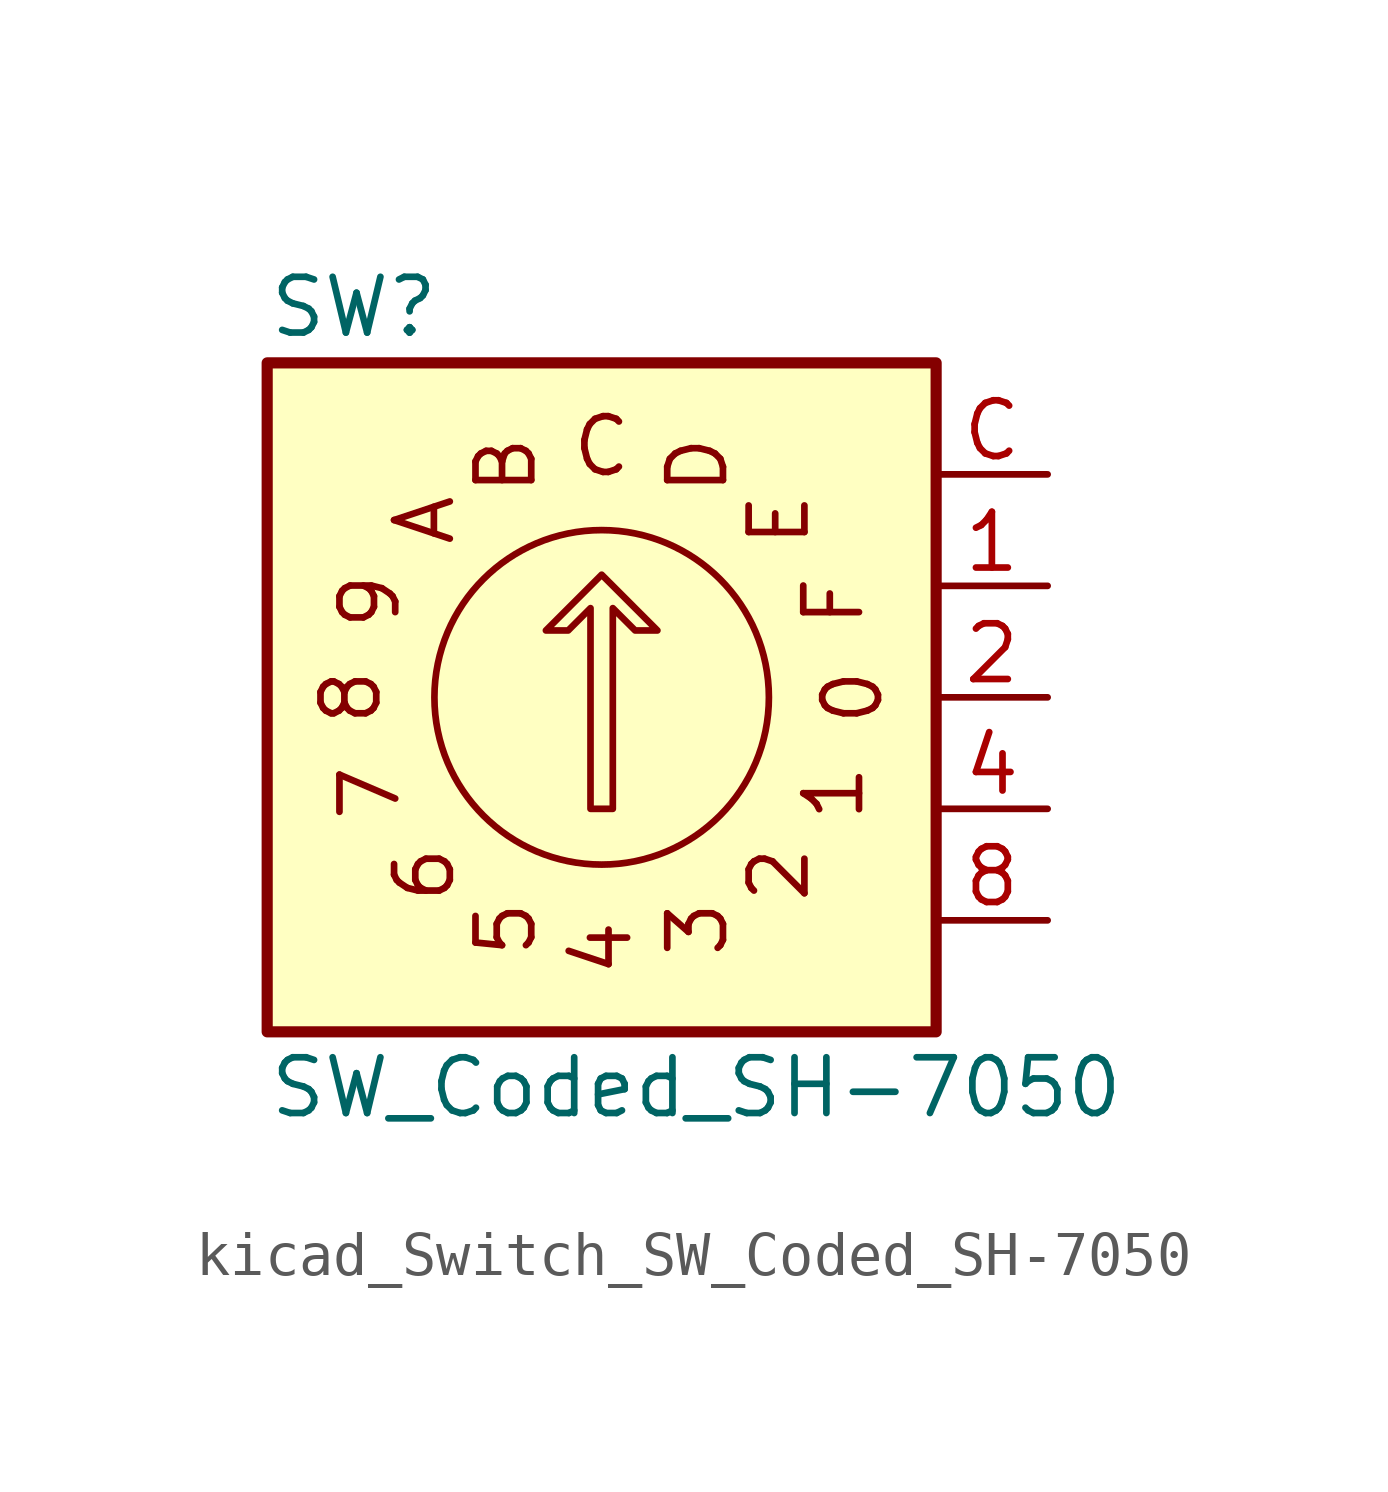
<source format=kicad_sym>
(kicad_symbol_lib
  (version 20220914)
  (generator kicad_symbol_editor)
  (symbol "kicad_Switch_SW_Coded_SH-7050"
    (pin_names hide)
    (property "Reference" "SW"
      (at -7.62 8.89 0)
      (effects (font (size 1.27 1.27)) (justify left)))
    (property "Value" "SW_Coded_SH-7050"
      (at -7.62 -8.89 0)
      (effects (font (size 1.27 1.27)) (justify left)))
    (symbol "kicad_Switch_SW_Coded_SH-7050_0_0"
      (text "0" (at 5.715 0 2700) (effects (font (size 1.27 1.27))))
      (text "1" (at 5.283 -2.184 2475) (effects (font (size 1.27 1.27))))
      (text "2" (at 4.039 -4.039 2250) (effects (font (size 1.27 1.27))))
      (text "3" (at 2.184 -5.283 2025) (effects (font (size 1.27 1.27))))
      (text "4" (at 0 -5.715 1800) (effects (font (size 1.27 1.27))))
      (text "5" (at -2.184 -5.283 1575) (effects (font (size 1.27 1.27))))
      (text "6" (at -4.039 -4.039 1350) (effects (font (size 1.27 1.27))))
      (text "7" (at -5.283 -2.184 1125) (effects (font (size 1.27 1.27))))
      (text "8" (at -5.715 0 900) (effects (font (size 1.27 1.27))))
      (text "9" (at -5.283 2.184 675) (effects (font (size 1.27 1.27))))
      (text "A" (at -4.039 4.039 450) (effects (font (size 1.27 1.27))))
      (text "B" (at -2.184 5.283 225) (effects (font (size 1.27 1.27))))
      (text "C" (at 0 5.715 0) (effects (font (size 1.27 1.27))))
      (text "D" (at 2.184 5.283 3375) (effects (font (size 1.27 1.27))))
      (text "E" (at 4.039 4.039 3150) (effects (font (size 1.27 1.27))))
      (text "F" (at 5.283 2.184 2925) (effects (font (size 1.27 1.27)))))
    (symbol "kicad_Switch_SW_Coded_SH-7050_0_1"
      (polyline (pts (xy -0.254 -2.54) (xy -0.254 2.032) (xy -0.762 1.524) (xy -1.27 1.524) (xy 0 2.794) (xy 1.27 1.524) (xy 0.762 1.524) (xy 0.254 2.032) (xy 0.254 -2.54) (xy -0.254 -2.54) (xy -0.254 -2.54)) (stroke (width 0) (type default)) (fill (type none)))
      (circle (center 0 0) (radius 3.81) (stroke (width 0) (type default)) (fill (type none)))
      (rectangle (start 7.62 7.62) (end -7.62 -7.62) (stroke (width 0.254) (type default)) (fill (type background))))
    (symbol "kicad_Switch_SW_Coded_SH-7050_1_1"
      (pin passive line (at 10.16 2.54 180) (length 2.54) (name "1" (effects (font (size 1.27 1.27)))) (number "1" (effects (font (size 1.27 1.27)))))
      (pin passive line (at 10.16 0 180) (length 2.54) (name "2" (effects (font (size 1.27 1.27)))) (number "2" (effects (font (size 1.27 1.27)))))
      (pin passive line (at 10.16 -2.54 180) (length 2.54) (name "4" (effects (font (size 1.27 1.27)))) (number "4" (effects (font (size 1.27 1.27)))))
      (pin passive line (at 10.16 -5.08 180) (length 2.54) (name "8" (effects (font (size 1.27 1.27)))) (number "8" (effects (font (size 1.27 1.27)))))
      (pin passive line (at 10.16 5.08 180) (length 2.54) (name "C" (effects (font (size 1.27 1.27)))) (number "C" (effects (font (size 1.27 1.27))))))))
</source>
